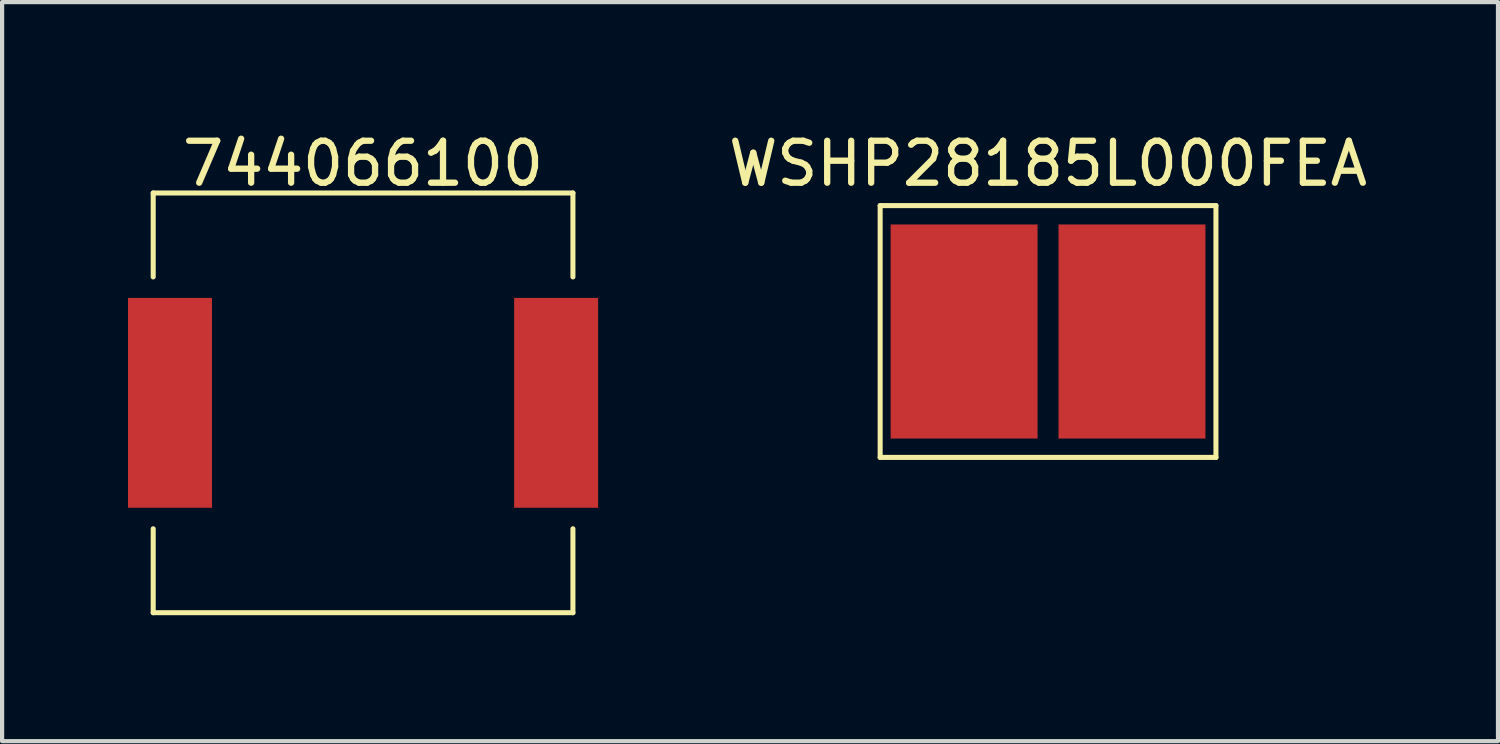
<source format=kicad_pcb>
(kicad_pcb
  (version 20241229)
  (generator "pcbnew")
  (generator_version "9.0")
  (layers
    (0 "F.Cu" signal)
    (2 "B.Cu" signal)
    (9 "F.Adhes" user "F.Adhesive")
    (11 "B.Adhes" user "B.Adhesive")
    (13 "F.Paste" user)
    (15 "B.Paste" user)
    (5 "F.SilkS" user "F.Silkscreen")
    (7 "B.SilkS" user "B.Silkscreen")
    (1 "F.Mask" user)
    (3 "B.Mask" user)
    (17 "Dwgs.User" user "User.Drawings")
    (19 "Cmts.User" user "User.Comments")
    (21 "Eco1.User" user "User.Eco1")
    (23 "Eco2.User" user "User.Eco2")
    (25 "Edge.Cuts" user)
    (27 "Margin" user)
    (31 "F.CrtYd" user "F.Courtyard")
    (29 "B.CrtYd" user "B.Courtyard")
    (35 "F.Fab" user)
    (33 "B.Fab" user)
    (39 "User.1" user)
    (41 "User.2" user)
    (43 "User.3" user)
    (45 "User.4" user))
  (footprint "WSHP28185L000FEA"
    (layer "F.Cu")
    (at 21.92 4.848)
    (property "Reference" "WSHP28185L000FEA" (at 0 -4 0) (layer "F.SilkS") (effects (font (size 1 1) (thickness 0.15))))
    (attr through_hole)
    (fp_line (start -4 -3) (end 4 -3) (stroke (width 0.12) (type solid)) (layer "F.SilkS"))
    (fp_line (start -4 3) (end -4 -3) (stroke (width 0.12) (type solid)) (layer "F.SilkS"))
    (fp_line (start 4 -3) (end 4 3) (stroke (width 0.12) (type solid)) (layer "F.SilkS"))
    (fp_line (start 4 3) (end -4 3) (stroke (width 0.12) (type solid)) (layer "F.SilkS"))
    (pad "1" smd rect (at -2 0) (size 3.5 5.1) (layers "F.Cu" "F.Mask" "F.Paste"))
    (pad "2" smd rect (at 2 0) (size 3.5 5.1) (layers "F.Cu" "F.Mask" "F.Paste")))
  (footprint "744066100"
    (layer "F.Cu")
    (at 5.6 6.548)
    (property "Reference" "744066100" (at 0 -5.7 0) (layer "F.SilkS") (effects (font (size 1 1) (thickness 0.15))))
    (attr through_hole)
    (fp_line (start -5 -5) (end -5 -3) (stroke (width 0.12) (type solid)) (layer "F.SilkS"))
    (fp_line (start -5 -5) (end 5 -5) (stroke (width 0.12) (type solid)) (layer "F.SilkS"))
    (fp_line (start -5 5) (end -5 3) (stroke (width 0.12) (type solid)) (layer "F.SilkS"))
    (fp_line (start -5 5) (end 5 5) (stroke (width 0.12) (type solid)) (layer "F.SilkS"))
    (fp_line (start 5 -5) (end 5 -3) (stroke (width 0.12) (type solid)) (layer "F.SilkS"))
    (fp_line (start 5 5) (end 5 3) (stroke (width 0.12) (type solid)) (layer "F.SilkS"))
    (pad "1" smd rect (at 4.6 0) (size 2 5) (layers "F.Cu" "F.Mask" "F.Paste"))
    (pad "2" smd rect (at -4.6 0) (size 2 5) (layers "F.Cu" "F.Mask" "F.Paste")))
  (gr_rect
    (start -3 -3)
    (end 32.64 14.608)
    (stroke (width 0.1) (type default))
    (fill no)
    (layer "Edge.Cuts")))
</source>
